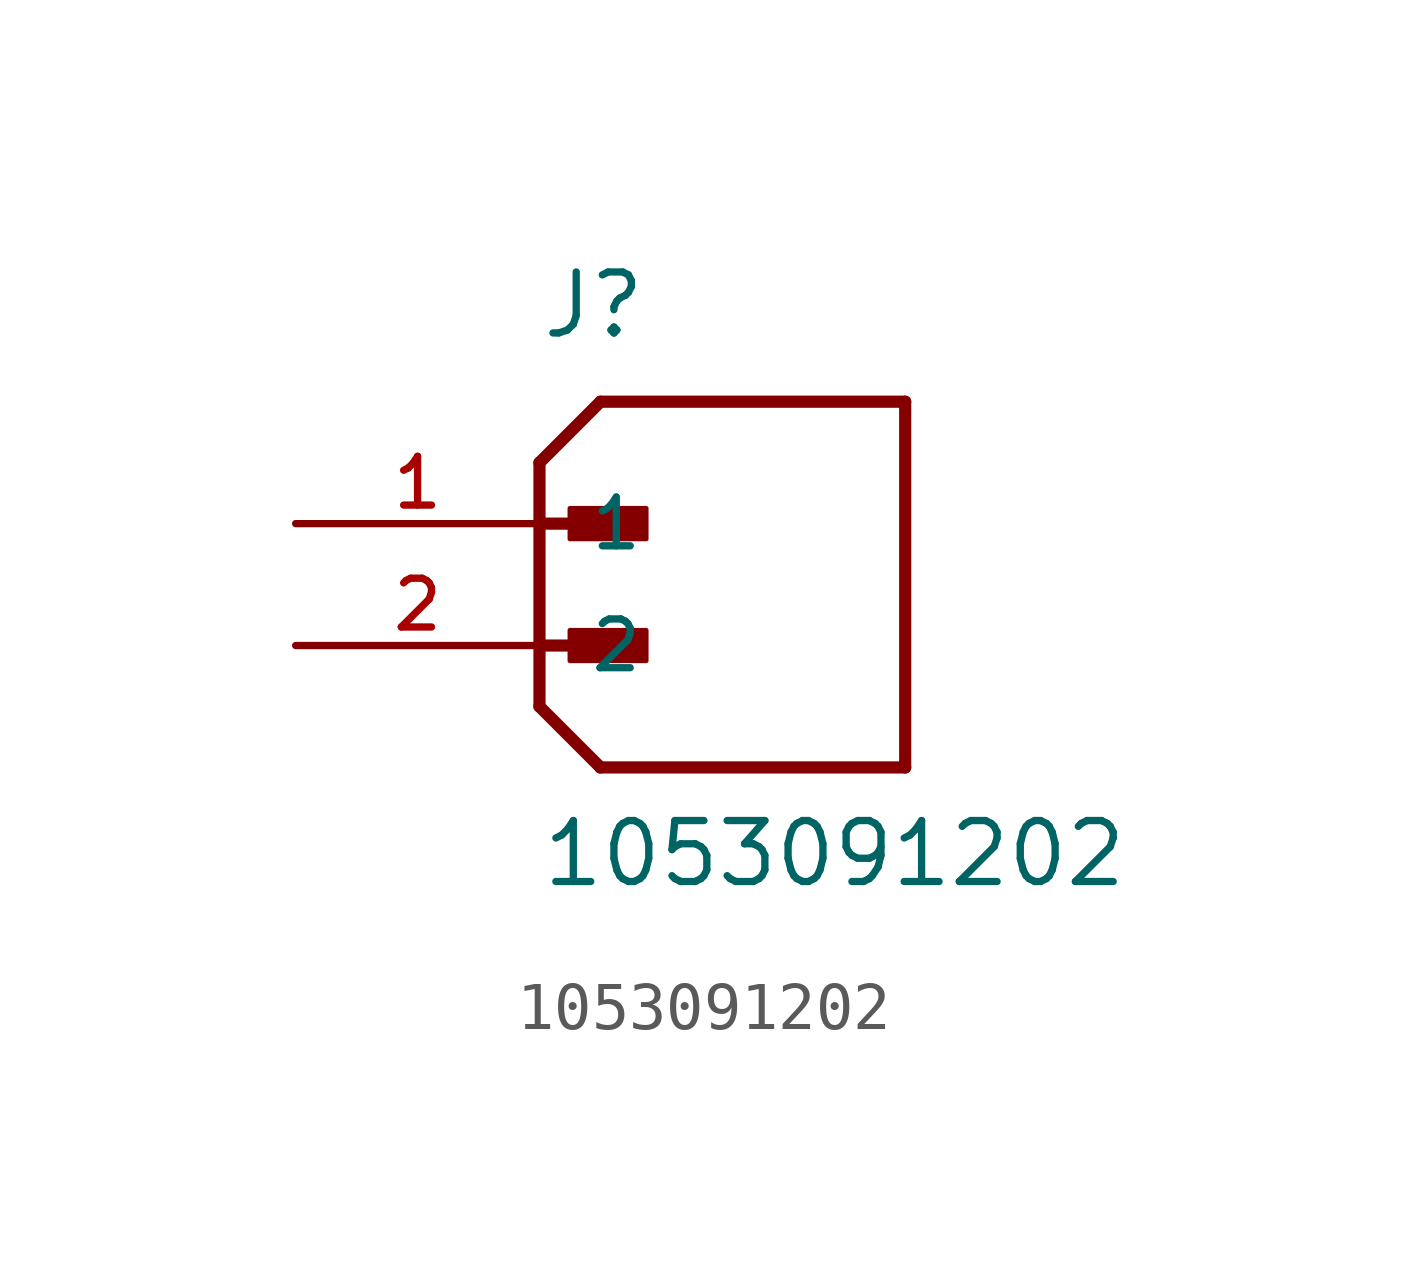
<source format=kicad_sym>
(kicad_symbol_lib
  (version 20211014)
  (generator kicad_symbol_editor)
  (symbol "1053091202"
    (pin_names
      (offset 1.016))
    (property "Reference" "J"
      (at 0.0 3.81 0)
      (effects (font (size 1.27 1.27)) (justify bottom left)))
    (property "Value" "1053091202"
      (at 0.0 -7.62 0)
      (effects (font (size 1.27 1.27)) (justify bottom left)))
    (symbol "1053091202_0_0"
      (polyline (pts (xy 0.0 1.27) (xy 1.27 2.54)) (stroke (width 0.254)))
      (polyline (pts (xy 0.0 1.27) (xy 0.0 0.0)) (stroke (width 0.254)))
      (polyline (pts (xy 0.0 0.0) (xy 0.0 -3.81)) (stroke (width 0.254)))
      (polyline (pts (xy 0.0 -3.81) (xy 1.27 -5.08)) (stroke (width 0.254)))
      (polyline (pts (xy 1.27 -5.08) (xy 7.62 -5.08)) (stroke (width 0.254)))
      (polyline (pts (xy 7.62 -5.08) (xy 7.62 2.54)) (stroke (width 0.254)))
      (polyline (pts (xy 7.62 2.54) (xy 1.27 2.54)) (stroke (width 0.254)))
      (polyline (pts (xy 0.0 0.0) (xy 1.905 0.0)) (stroke (width 0.254)))
      (rectangle (start 0.635 -0.318) (end 2.223 0.318) (stroke (width 0.1)) (fill (type outline)))
      (polyline (pts (xy 0.0 -2.54) (xy 1.905 -2.54)) (stroke (width 0.254)))
      (rectangle (start 0.635 -2.857) (end 2.223 -2.223) (stroke (width 0.1)) (fill (type outline)))
      (pin passive line (at -5.08 0.0 0) (length 5.08) (name "1" (effects (font (size 1.016 1.016)))) (number "1" (effects (font (size 1.016 1.016)))))
      (pin passive line (at -5.08 -2.54 0) (length 5.08) (name "2" (effects (font (size 1.016 1.016)))) (number "2" (effects (font (size 1.016 1.016))))))))
</source>
